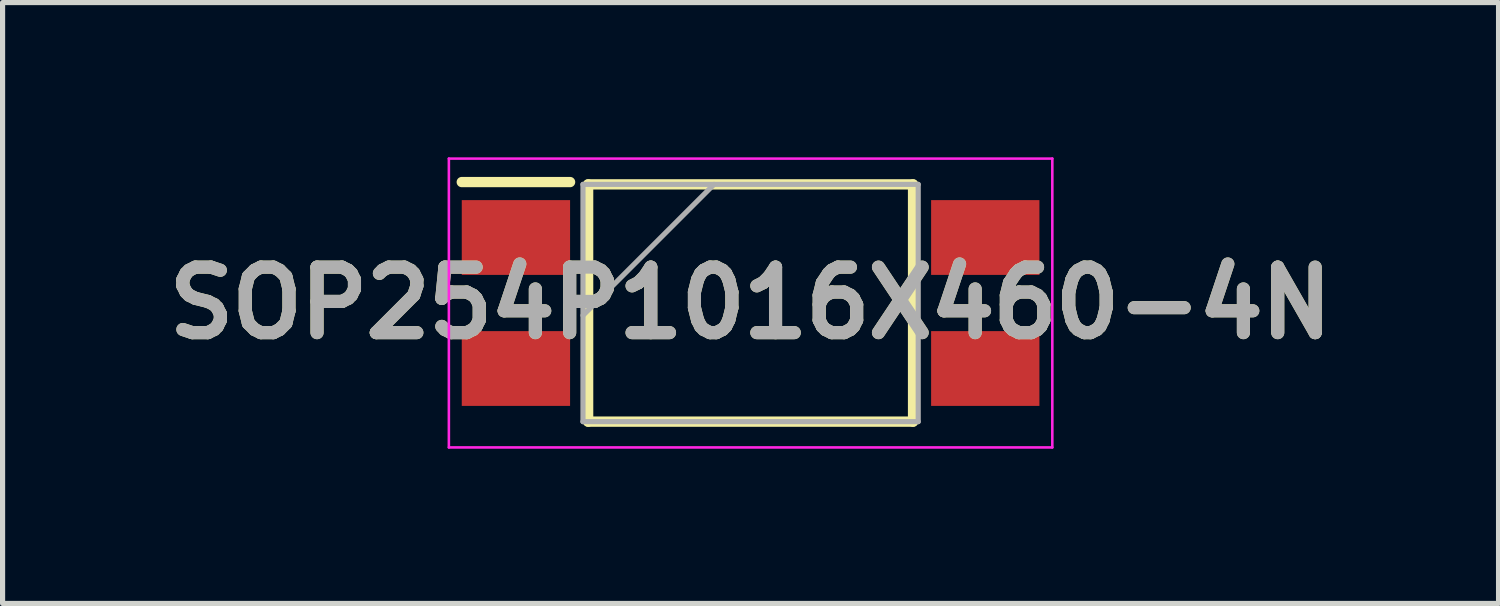
<source format=kicad_pcb>
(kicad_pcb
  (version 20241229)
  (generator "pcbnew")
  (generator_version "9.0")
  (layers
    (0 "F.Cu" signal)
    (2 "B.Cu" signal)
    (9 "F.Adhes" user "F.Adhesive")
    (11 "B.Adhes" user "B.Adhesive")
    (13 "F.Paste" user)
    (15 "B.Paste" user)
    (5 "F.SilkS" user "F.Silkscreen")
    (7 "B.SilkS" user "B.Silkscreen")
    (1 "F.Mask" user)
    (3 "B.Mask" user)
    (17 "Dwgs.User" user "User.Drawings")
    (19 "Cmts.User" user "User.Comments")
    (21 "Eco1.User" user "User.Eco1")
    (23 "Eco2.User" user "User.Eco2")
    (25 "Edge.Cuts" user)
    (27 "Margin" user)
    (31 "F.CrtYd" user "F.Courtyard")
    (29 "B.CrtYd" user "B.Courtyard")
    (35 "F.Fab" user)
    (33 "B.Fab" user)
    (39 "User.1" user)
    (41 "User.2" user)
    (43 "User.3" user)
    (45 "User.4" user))
  (footprint "SOP254P1016X460-4N"
    (layer "F.Cu")
    (at 11.503 2.825)
    (property "Reference" "SOP254P1016X460-4N" (at 0 0 0) (layer "F.SilkS") (effects (font (size 1.27 1.27) (thickness 0.254))))
    (attr smd)
    (fp_line (start -5.6 -2.345) (end -3.5 -2.345) (stroke (width 0.2) (type solid)) (layer "F.SilkS"))
    (fp_line (start -3.15 -2.3) (end 3.15 -2.3) (stroke (width 0.2) (type solid)) (layer "F.SilkS"))
    (fp_line (start -3.15 2.3) (end -3.15 -2.3) (stroke (width 0.2) (type solid)) (layer "F.SilkS"))
    (fp_line (start 3.15 -2.3) (end 3.15 2.3) (stroke (width 0.2) (type solid)) (layer "F.SilkS"))
    (fp_line (start 3.15 2.3) (end -3.15 2.3) (stroke (width 0.2) (type solid)) (layer "F.SilkS"))
    (fp_line (start -5.85 -2.8) (end 5.85 -2.8) (stroke (width 0.05) (type solid)) (layer "F.CrtYd"))
    (fp_line (start -5.85 2.8) (end -5.85 -2.8) (stroke (width 0.05) (type solid)) (layer "F.CrtYd"))
    (fp_line (start 5.85 -2.8) (end 5.85 2.8) (stroke (width 0.05) (type solid)) (layer "F.CrtYd"))
    (fp_line (start 5.85 2.8) (end -5.85 2.8) (stroke (width 0.05) (type solid)) (layer "F.CrtYd"))
    (fp_line (start -3.25 -2.3) (end 3.25 -2.3) (stroke (width 0.1) (type solid)) (layer "F.Fab"))
    (fp_line (start -3.25 0.24) (end -0.71 -2.3) (stroke (width 0.1) (type solid)) (layer "F.Fab"))
    (fp_line (start -3.25 2.3) (end -3.25 -2.3) (stroke (width 0.1) (type solid)) (layer "F.Fab"))
    (fp_line (start 3.25 -2.3) (end 3.25 2.3) (stroke (width 0.1) (type solid)) (layer "F.Fab"))
    (fp_line (start 3.25 2.3) (end -3.25 2.3) (stroke (width 0.1) (type solid)) (layer "F.Fab"))
    (fp_text user "${REFERENCE}" (at 0 0 0) (layer "F.Fab") (effects (font (size 1.27 1.27) (thickness 0.254))))
    (pad "1" smd rect (at -4.55 -1.27 90) (size 1.45 2.1) (layers "F.Cu" "F.Mask" "F.Paste"))
    (pad "2" smd rect (at -4.55 1.27 90) (size 1.45 2.1) (layers "F.Cu" "F.Mask" "F.Paste"))
    (pad "3" smd rect (at 4.55 1.27 90) (size 1.45 2.1) (layers "F.Cu" "F.Mask" "F.Paste"))
    (pad "4" smd rect (at 4.55 -1.27 90) (size 1.45 2.1) (layers "F.Cu" "F.Mask" "F.Paste")))
  (gr_rect
    (start -3 -3)
    (end 26.005 8.65)
    (stroke (width 0.1) (type default))
    (fill no)
    (layer "Edge.Cuts")))
</source>
